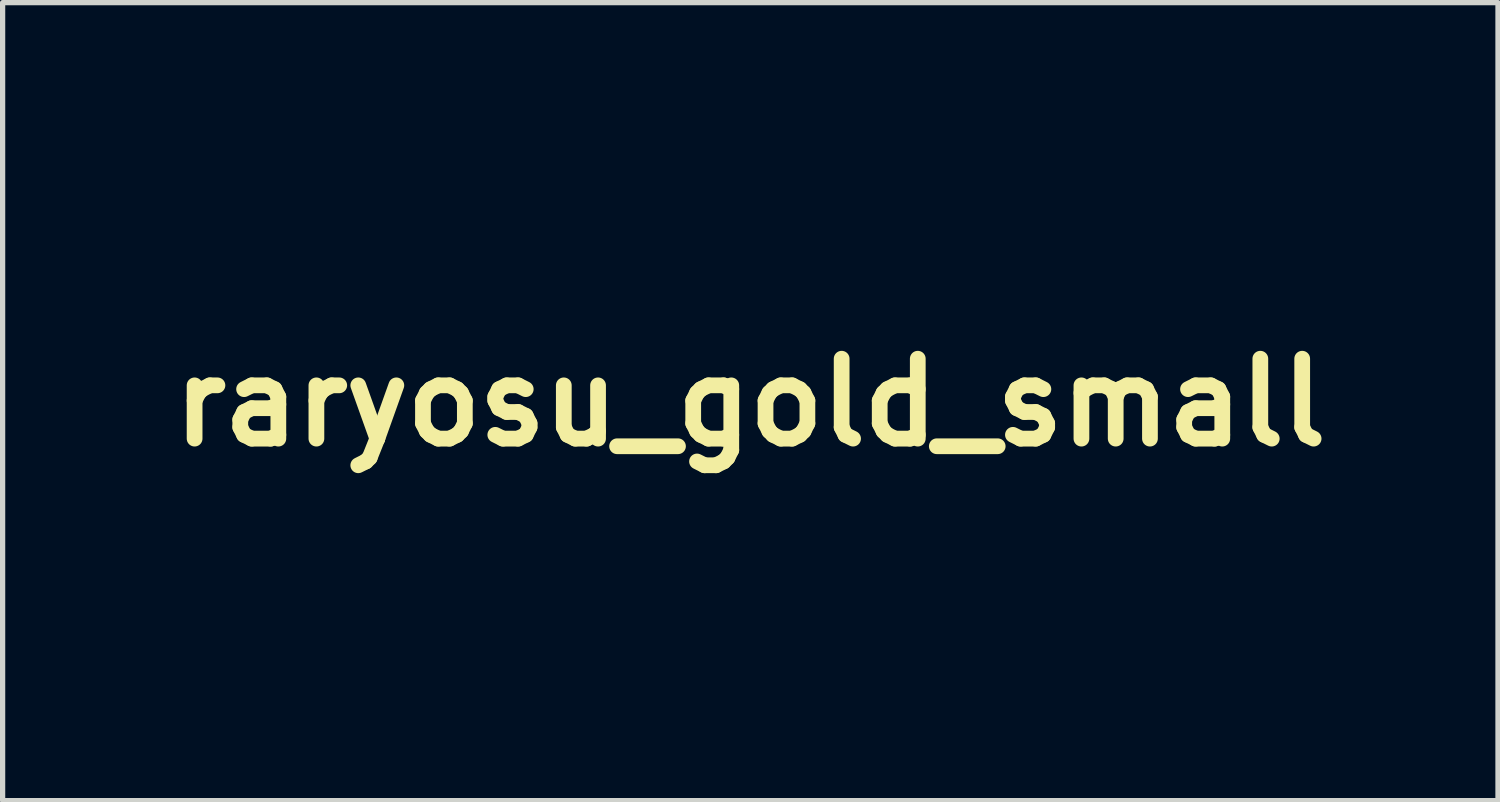
<source format=kicad_pcb>
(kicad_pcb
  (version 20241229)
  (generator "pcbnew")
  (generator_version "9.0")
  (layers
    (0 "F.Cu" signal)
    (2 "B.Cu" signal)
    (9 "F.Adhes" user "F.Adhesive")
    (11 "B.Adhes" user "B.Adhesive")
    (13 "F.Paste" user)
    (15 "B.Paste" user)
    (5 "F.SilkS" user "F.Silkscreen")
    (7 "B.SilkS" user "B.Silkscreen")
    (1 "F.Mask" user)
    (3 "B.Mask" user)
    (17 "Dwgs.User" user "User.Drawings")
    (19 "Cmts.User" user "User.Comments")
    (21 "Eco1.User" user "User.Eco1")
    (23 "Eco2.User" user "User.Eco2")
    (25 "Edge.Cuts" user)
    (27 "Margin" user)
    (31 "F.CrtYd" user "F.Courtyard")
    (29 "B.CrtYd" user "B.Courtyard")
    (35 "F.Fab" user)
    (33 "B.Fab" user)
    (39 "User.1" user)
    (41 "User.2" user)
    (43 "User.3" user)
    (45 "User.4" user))
  (footprint "raryosu_gold_small"
    (layer "F.Cu")
    (at 11.256 4.624)
    (property "Reference" "raryosu_gold_small" (at 0 0 0) (layer "F.SilkS") (effects (font (size 1.524 1.524) (thickness 0.3))))
    (attr through_hole)
    (fp_poly (pts (xy 1.403 0.93) (xy 1.553 0.947) (xy 1.724 0.972) (xy 1.904 1.005) (xy 2.085 1.042) (xy 2.257 1.082) (xy 2.41 1.124) (xy 2.535 1.164) (xy 2.609 1.195) (xy 2.7 1.25) (xy 2.761 1.311) (xy 2.79 1.356) (xy 2.824 1.436) (xy 2.862 1.549) (xy 2.9 1.684) (xy 2.935 1.83) (xy 2.965 1.974) (xy 2.986 2.104) (xy 2.992 2.165) (xy 2.998 2.278) (xy 2.992 2.377) (xy 2.97 2.468) (xy 2.931 2.56) (xy 2.869 2.66) (xy 2.781 2.778) (xy 2.667 2.919) (xy 2.593 3.011) (xy 2.549 3.075) (xy 2.528 3.12) (xy 2.528 3.15) (xy 2.545 3.233) (xy 2.555 3.338) (xy 2.557 3.449) (xy 2.551 3.545) (xy 2.543 3.591) (xy 2.484 3.731) (xy 2.39 3.86) (xy 2.301 3.941) (xy 2.246 3.979) (xy 2.16 4.032) (xy 2.054 4.094) (xy 1.937 4.159) (xy 1.893 4.183) (xy 1.582 4.35) (xy 1.235 4.352) (xy 0.889 4.353) (xy 0.716 4.451) (xy 0.617 4.503) (xy 0.539 4.534) (xy 0.464 4.544) (xy 0.379 4.538) (xy 0.266 4.515) (xy 0.251 4.512) (xy 0.17 4.495) (xy 0.109 4.487) (xy 0.05 4.49) (xy -0.021 4.503) (xy -0.112 4.526) (xy -0.273 4.559) (xy -0.434 4.58) (xy -0.584 4.587) (xy -0.708 4.579) (xy -0.75 4.571) (xy -0.82 4.551) (xy -0.913 4.522) (xy -1.004 4.491) (xy -1.114 4.457) (xy -1.236 4.428) (xy -1.325 4.412) (xy -1.446 4.386) (xy -1.548 4.343) (xy -1.64 4.274) (xy -1.733 4.173) (xy -1.786 4.104) (xy -1.855 4.016) (xy -1.926 3.932) (xy -1.988 3.868) (xy -2 3.856) (xy -2.029 3.83) (xy -2.058 3.806) (xy -2.092 3.78) (xy -2.135 3.749) (xy -2.193 3.709) (xy -2.204 3.702) (xy -0.979 3.702) (xy -0.97 3.791) (xy -0.937 3.854) (xy -0.91 3.88) (xy -0.876 3.901) (xy -0.831 3.918) (xy -0.768 3.933) (xy -0.683 3.946) (xy -0.57 3.959) (xy -0.424 3.971) (xy -0.24 3.984) (xy -0.122 3.991) (xy -0.07 3.989) (xy 0.005 3.978) (xy 0.045 3.97) (xy 0.166 3.922) (xy 0.273 3.837) (xy 0.358 3.724) (xy 0.405 3.613) (xy 0.425 3.506) (xy 0.412 3.424) (xy 0.362 3.354) (xy 0.316 3.316) (xy 0.279 3.293) (xy 0.236 3.279) (xy 0.175 3.272) (xy 0.084 3.27) (xy 0.027 3.271) (xy -0.088 3.275) (xy -0.22 3.284) (xy -0.36 3.298) (xy -0.498 3.314) (xy -0.624 3.332) (xy -0.727 3.35) (xy -0.798 3.367) (xy -0.816 3.374) (xy -0.88 3.425) (xy -0.931 3.505) (xy -0.965 3.602) (xy -0.979 3.702) (xy -2.204 3.702) (xy -2.269 3.658) (xy -2.37 3.591) (xy -2.499 3.507) (xy -2.661 3.401) (xy -2.682 3.387) (xy -2.859 3.265) (xy -3.021 3.142) (xy -3.164 3.022) (xy -3.28 2.91) (xy -3.366 2.812) (xy -3.406 2.749) (xy -3.439 2.662) (xy -3.444 2.574) (xy -3.421 2.475) (xy -3.414 2.457) (xy -2.309 2.457) (xy -2.286 2.521) (xy -2.218 2.58) (xy -2.104 2.631) (xy -2.034 2.654) (xy -1.951 2.678) (xy -1.838 2.711) (xy -1.712 2.749) (xy -1.593 2.784) (xy -1.279 2.873) (xy -1.001 2.939) (xy -0.763 2.983) (xy -0.647 2.998) (xy -0.52 3.008) (xy -0.368 3.015) (xy -0.2 3.019) (xy -0.028 3.021) (xy 0.138 3.019) (xy 0.285 3.014) (xy 0.403 3.007) (xy 0.45 3.001) (xy 0.61 2.973) (xy 0.785 2.934) (xy 0.966 2.886) (xy 1.144 2.832) (xy 1.312 2.775) (xy 1.46 2.718) (xy 1.579 2.663) (xy 1.659 2.615) (xy 1.742 2.529) (xy 1.787 2.422) (xy 1.795 2.288) (xy 1.793 2.257) (xy 1.756 2.095) (xy 1.681 1.957) (xy 1.567 1.842) (xy 1.413 1.747) (xy 1.399 1.741) (xy 1.309 1.703) (xy 1.239 1.689) (xy 1.167 1.694) (xy 1.105 1.709) (xy 1.01 1.752) (xy 0.943 1.813) (xy 0.906 1.886) (xy 0.904 1.961) (xy 0.939 2.03) (xy 0.97 2.059) (xy 1.024 2.114) (xy 1.035 2.164) (xy 1.004 2.206) (xy 0.976 2.22) (xy 0.932 2.232) (xy 0.851 2.25) (xy 0.744 2.272) (xy 0.62 2.295) (xy 0.543 2.309) (xy 0.401 2.335) (xy 0.26 2.363) (xy 0.132 2.39) (xy 0.032 2.414) (xy 0.000464 2.422) (xy -0.114 2.451) (xy -0.21 2.467) (xy -0.297 2.467) (xy -0.383 2.45) (xy -0.477 2.412) (xy -0.587 2.352) (xy -0.722 2.267) (xy -0.79 2.222) (xy -0.999 2.094) (xy -1.189 2.001) (xy -1.367 1.939) (xy -1.541 1.905) (xy -1.619 1.899) (xy -1.738 1.897) (xy -1.838 1.903) (xy -1.9 1.915) (xy -1.978 1.958) (xy -2.062 2.032) (xy -2.145 2.126) (xy -2.219 2.23) (xy -2.275 2.333) (xy -2.306 2.425) (xy -2.309 2.457) (xy -3.414 2.457) (xy -3.369 2.354) (xy -3.35 2.317) (xy -3.187 2.059) (xy -2.991 1.831) (xy -2.766 1.637) (xy -2.513 1.478) (xy -2.498 1.47) (xy -2.253 1.357) (xy -2.001 1.266) (xy -1.752 1.199) (xy -1.517 1.158) (xy -1.344 1.147) (xy -1.287 1.148) (xy -1.239 1.151) (xy -1.191 1.16) (xy -1.138 1.176) (xy -1.072 1.204) (xy -0.985 1.245) (xy -0.871 1.302) (xy -0.749 1.364) (xy -0.582 1.449) (xy -0.447 1.513) (xy -0.34 1.556) (xy -0.25 1.58) (xy -0.172 1.585) (xy -0.098 1.571) (xy -0.019 1.54) (xy 0.07 1.491) (xy 0.164 1.433) (xy 0.381 1.301) (xy 0.565 1.192) (xy 0.72 1.106) (xy 0.851 1.039) (xy 0.964 0.99) (xy 1.062 0.956) (xy 1.151 0.935) (xy 1.235 0.926) (xy 1.282 0.924) (xy 1.403 0.93)) (stroke (width 0.01) (type solid)) (fill yes) (layer "F.Mask"))
    (fp_poly (pts (xy -2.218 -4.609) (xy -1.973 -4.58) (xy -1.94 -4.574) (xy -1.573 -4.495) (xy -1.244 -4.391) (xy -0.955 -4.262) (xy -0.704 -4.109) (xy -0.492 -3.931) (xy -0.32 -3.728) (xy -0.251 -3.623) (xy -0.204 -3.546) (xy -0.164 -3.497) (xy -0.122 -3.471) (xy -0.065 -3.466) (xy 0.016 -3.478) (xy 0.122 -3.501) (xy 0.26 -3.536) (xy 0.364 -3.574) (xy 0.447 -3.62) (xy 0.521 -3.684) (xy 0.599 -3.77) (xy 0.605 -3.778) (xy 0.765 -3.948) (xy 0.953 -4.107) (xy 1.157 -4.247) (xy 1.366 -4.358) (xy 1.535 -4.424) (xy 1.743 -4.471) (xy 1.956 -4.48) (xy 2.185 -4.452) (xy 2.213 -4.446) (xy 2.514 -4.365) (xy 2.803 -4.253) (xy 3.074 -4.114) (xy 3.321 -3.951) (xy 3.537 -3.769) (xy 3.716 -3.572) (xy 3.753 -3.521) (xy 3.854 -3.38) (xy 4.04 -3.355) (xy 4.183 -3.327) (xy 4.313 -3.286) (xy 4.355 -3.267) (xy 4.429 -3.226) (xy 4.487 -3.178) (xy 4.542 -3.112) (xy 4.586 -3.047) (xy 4.638 -2.972) (xy 4.687 -2.913) (xy 4.722 -2.881) (xy 4.728 -2.879) (xy 4.804 -2.859) (xy 4.904 -2.835) (xy 5.017 -2.809) (xy 5.132 -2.783) (xy 5.236 -2.76) (xy 5.317 -2.743) (xy 5.361 -2.735) (xy 5.436 -2.714) (xy 5.501 -2.679) (xy 5.503 -2.678) (xy 5.554 -2.617) (xy 5.596 -2.529) (xy 5.625 -2.426) (xy 5.641 -2.321) (xy 5.64 -2.226) (xy 5.621 -2.154) (xy 5.604 -2.131) (xy 5.556 -2.105) (xy 5.474 -2.094) (xy 5.358 -2.098) (xy 5.204 -2.116) (xy 5.009 -2.15) (xy 4.965 -2.158) (xy 4.835 -2.182) (xy 4.724 -2.199) (xy 4.618 -2.21) (xy 4.502 -2.215) (xy 4.363 -2.217) (xy 4.26 -2.217) (xy 4.125 -2.216) (xy 4.002 -2.216) (xy 3.899 -2.217) (xy 3.827 -2.219) (xy 3.8 -2.221) (xy 3.763 -2.221) (xy 3.733 -2.206) (xy 3.701 -2.169) (xy 3.659 -2.101) (xy 3.646 -2.079) (xy 3.549 -1.929) (xy 3.448 -1.804) (xy 3.35 -1.712) (xy 3.269 -1.662) (xy 3.161 -1.626) (xy 3.016 -1.595) (xy 2.842 -1.568) (xy 2.651 -1.546) (xy 2.45 -1.531) (xy 2.249 -1.522) (xy 2.057 -1.52) (xy 1.883 -1.525) (xy 1.737 -1.54) (xy 1.657 -1.555) (xy 1.462 -1.621) (xy 1.262 -1.724) (xy 1.066 -1.855) (xy 0.884 -2.008) (xy 0.725 -2.175) (xy 0.607 -2.338) (xy 0.525 -2.471) (xy 0.372 -2.471) (xy 0.222 -2.464) (xy 0.071 -2.446) (xy -0.071 -2.418) (xy -0.195 -2.383) (xy -0.291 -2.343) (xy -0.347 -2.304) (xy -0.387 -2.246) (xy -0.417 -2.176) (xy -0.432 -2.109) (xy -0.428 -2.061) (xy -0.422 -2.053) (xy -0.391 -2.043) (xy -0.323 -2.041) (xy -0.216 -2.048) (xy -0.136 -2.056) (xy 0.026 -2.069) (xy 0.151 -2.068) (xy 0.248 -2.053) (xy 0.325 -2.021) (xy 0.371 -1.989) (xy 0.414 -1.926) (xy 0.434 -1.828) (xy 0.431 -1.7) (xy 0.405 -1.548) (xy 0.395 -1.505) (xy 0.374 -1.413) (xy 0.36 -1.32) (xy 0.351 -1.215) (xy 0.347 -1.084) (xy 0.346 -0.974) (xy 0.346 -0.845) (xy 0.344 -0.746) (xy 0.337 -0.663) (xy 0.326 -0.585) (xy 0.306 -0.5) (xy 0.277 -0.394) (xy 0.24 -0.263) (xy 0.197 -0.114) (xy 0.167 0.005) (xy 0.146 0.107) (xy 0.132 0.206) (xy 0.122 0.317) (xy 0.116 0.416) (xy 0.109 0.533) (xy 0.101 0.636) (xy 0.093 0.715) (xy 0.086 0.758) (xy 0.084 0.762) (xy 0.041 0.813) (xy -0.038 0.848) (xy -0.155 0.868) (xy -0.208 0.872) (xy -0.307 0.874) (xy -0.377 0.868) (xy -0.438 0.849) (xy -0.485 0.827) (xy -0.571 0.768) (xy -0.631 0.686) (xy -0.64 0.67) (xy -0.68 0.56) (xy -0.713 0.41) (xy -0.74 0.223) (xy -0.759 0.005) (xy -0.77 -0.239) (xy -0.772 -0.404) (xy -0.774 -0.843) (xy -0.672 -1.004) (xy -0.593 -1.145) (xy -0.533 -1.282) (xy -0.495 -1.403) (xy -0.485 -1.487) (xy -0.498 -1.564) (xy -0.53 -1.645) (xy -0.573 -1.713) (xy -0.604 -1.74) (xy -0.633 -1.746) (xy -0.683 -1.735) (xy -0.76 -1.708) (xy -0.872 -1.66) (xy -0.884 -1.655) (xy -1.082 -1.577) (xy -1.294 -1.512) (xy -1.389 -1.489) (xy -1.496 -1.462) (xy -1.635 -1.424) (xy -1.791 -1.377) (xy -1.955 -1.326) (xy -2.101 -1.278) (xy -2.267 -1.222) (xy -2.399 -1.181) (xy -2.504 -1.151) (xy -2.591 -1.132) (xy -2.669 -1.12) (xy -2.743 -1.114) (xy -2.841 -1.109) (xy -2.911 -1.112) (xy -2.97 -1.126) (xy -3.035 -1.153) (xy -3.077 -1.174) (xy -3.226 -1.261) (xy -3.366 -1.367) (xy -3.493 -1.487) (xy -3.599 -1.612) (xy -3.679 -1.737) (xy -3.728 -1.855) (xy -3.741 -1.937) (xy -3.747 -1.983) (xy -3.762 -2.048) (xy -3.765 -2.061) (xy -3.786 -2.119) (xy -3.815 -2.143) (xy -3.852 -2.147) (xy -3.928 -2.132) (xy -3.995 -2.082) (xy -4.062 -1.993) (xy -4.076 -1.969) (xy -4.163 -1.843) (xy -4.27 -1.725) (xy -4.386 -1.627) (xy -4.466 -1.578) (xy -4.578 -1.537) (xy -4.733 -1.507) (xy -4.929 -1.487) (xy -5.164 -1.479) (xy -5.205 -1.478) (xy -5.349 -1.484) (xy -5.459 -1.506) (xy -5.549 -1.549) (xy -5.63 -1.62) (xy -5.706 -1.715) (xy -5.759 -1.791) (xy -5.803 -1.859) (xy -5.827 -1.906) (xy -5.828 -1.91) (xy -5.827 -1.952) (xy -5.812 -2.028) (xy -5.786 -2.127) (xy -5.752 -2.239) (xy -5.712 -2.355) (xy -5.67 -2.465) (xy -5.629 -2.558) (xy -5.627 -2.563) (xy -5.576 -2.667) (xy -5.38 -2.672) (xy -5.227 -2.679) (xy -5.067 -2.691) (xy -4.905 -2.708) (xy -4.75 -2.727) (xy -4.607 -2.748) (xy -4.484 -2.771) (xy -4.388 -2.793) (xy -4.325 -2.815) (xy -4.302 -2.831) (xy -4.3 -2.869) (xy -4.307 -2.937) (xy -4.32 -3.013) (xy -4.335 -3.104) (xy -4.336 -3.128) (xy -2.984 -3.128) (xy -2.977 -3.009) (xy -2.933 -2.885) (xy -2.853 -2.761) (xy -2.809 -2.711) (xy -2.687 -2.586) (xy -2.4 -2.587) (xy -2.242 -2.59) (xy -2.1 -2.601) (xy -1.987 -2.617) (xy -1.965 -2.622) (xy -1.839 -2.663) (xy -1.713 -2.723) (xy -1.599 -2.795) (xy -1.511 -2.87) (xy -1.491 -2.894) (xy -1.434 -3.003) (xy -1.415 -3.122) (xy -1.428 -3.212) (xy -1.429 -3.216) (xy 1.643 -3.216) (xy 1.644 -3.144) (xy 1.645 -3.135) (xy 1.66 -3.058) (xy 1.686 -2.994) (xy 1.698 -2.978) (xy 1.774 -2.925) (xy 1.876 -2.896) (xy 1.99 -2.891) (xy 2.101 -2.913) (xy 2.159 -2.939) (xy 2.247 -3.009) (xy 2.305 -3.099) (xy 2.331 -3.197) (xy 2.323 -3.295) (xy 2.279 -3.381) (xy 2.265 -3.396) (xy 2.221 -3.435) (xy 2.176 -3.455) (xy 2.113 -3.463) (xy 2.056 -3.464) (xy 1.917 -3.452) (xy 1.809 -3.415) (xy 1.722 -3.349) (xy 1.699 -3.324) (xy 1.659 -3.268) (xy 1.643 -3.216) (xy -1.429 -3.216) (xy -1.488 -3.387) (xy -1.55 -3.519) (xy -1.617 -3.608) (xy -1.69 -3.658) (xy -1.758 -3.671) (xy -1.813 -3.662) (xy -1.893 -3.637) (xy -1.985 -3.601) (xy -2.009 -3.591) (xy -2.098 -3.553) (xy -2.175 -3.525) (xy -2.229 -3.511) (xy -2.239 -3.51) (xy -2.312 -3.504) (xy -2.414 -3.488) (xy -2.528 -3.465) (xy -2.641 -3.439) (xy -2.735 -3.412) (xy -2.787 -3.393) (xy -2.889 -3.326) (xy -2.954 -3.236) (xy -2.984 -3.128) (xy -4.336 -3.128) (xy -4.337 -3.171) (xy -4.325 -3.236) (xy -4.311 -3.285) (xy -4.233 -3.467) (xy -4.111 -3.661) (xy -3.945 -3.866) (xy -3.908 -3.908) (xy -3.826 -3.997) (xy -3.772 -4.062) (xy -3.74 -4.109) (xy -3.725 -4.147) (xy -3.721 -4.184) (xy -3.722 -4.197) (xy -3.719 -4.256) (xy -3.693 -4.303) (xy -3.65 -4.343) (xy -3.523 -4.425) (xy -3.36 -4.493) (xy -3.165 -4.548) (xy -2.947 -4.588) (xy -2.711 -4.612) (xy -2.466 -4.619) (xy -2.218 -4.609)) (stroke (width 0.01) (type solid)) (fill yes) (layer "F.Mask")))
  (gr_rect
    (start -3 -3)
    (end 25.512 12.216)
    (stroke (width 0.1) (type default))
    (fill no)
    (layer "Edge.Cuts")))
</source>
